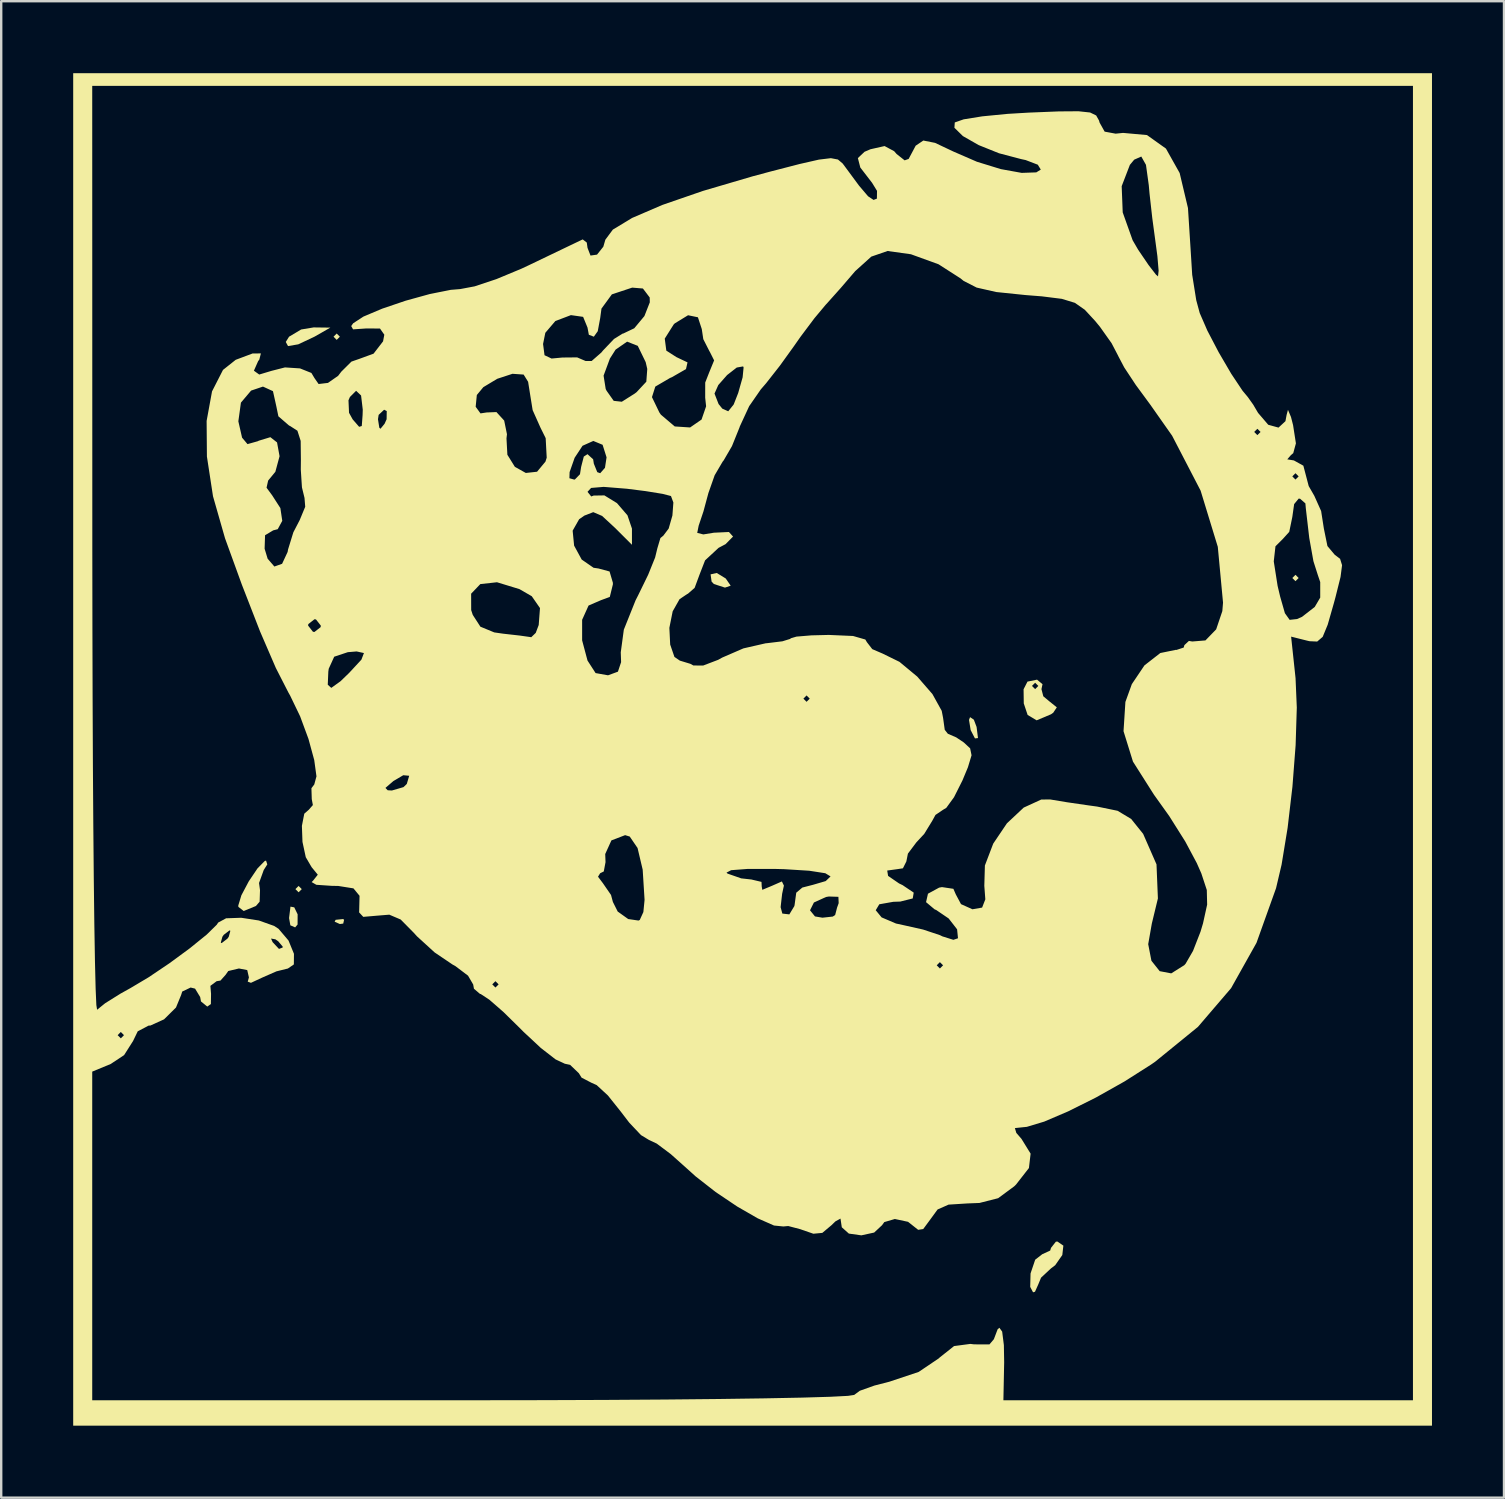
<source format=kicad_pcb>
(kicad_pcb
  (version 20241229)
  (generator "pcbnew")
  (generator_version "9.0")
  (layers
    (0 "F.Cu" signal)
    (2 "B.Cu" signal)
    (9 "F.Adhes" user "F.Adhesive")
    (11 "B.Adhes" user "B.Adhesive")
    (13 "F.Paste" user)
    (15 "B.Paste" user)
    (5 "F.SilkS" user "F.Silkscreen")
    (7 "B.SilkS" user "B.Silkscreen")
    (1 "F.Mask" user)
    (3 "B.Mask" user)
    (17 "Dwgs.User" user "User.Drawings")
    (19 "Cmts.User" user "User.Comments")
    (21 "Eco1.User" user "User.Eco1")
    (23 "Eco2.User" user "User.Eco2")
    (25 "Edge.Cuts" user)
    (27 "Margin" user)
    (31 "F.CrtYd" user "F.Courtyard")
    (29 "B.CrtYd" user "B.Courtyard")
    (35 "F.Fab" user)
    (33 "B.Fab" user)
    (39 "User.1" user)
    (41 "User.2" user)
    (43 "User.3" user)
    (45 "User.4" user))
  (footprint "Chihuahua"
    (layer "F.Cu")
    (at 28.31 28.046)
    (property "Reference" "Chihuahua" (at 0 0 0) (layer "F.SilkS") (effects (font (size 1.524 1.524) (thickness 0.3))))
    (attr board_only exclude_from_pos_files exclude_from_bom)
    (fp_poly (pts (xy -18.785 5.953) (xy -18.918 6.085) (xy -19.05 5.953) (xy -18.918 5.821)) (stroke (width 0) (type solid)) (fill yes) (layer "F.SilkS"))
    (fp_poly (pts (xy -17.198 -17.066) (xy -17.33 -16.933) (xy -17.462 -17.066) (xy -17.33 -17.198)) (stroke (width 0) (type solid)) (fill yes) (layer "F.SilkS"))
    (fp_poly (pts (xy 22.754 -7.011) (xy 22.622 -6.879) (xy 22.49 -7.011) (xy 22.622 -7.144)) (stroke (width 0) (type solid)) (fill yes) (layer "F.SilkS"))
    (fp_poly (pts (xy -17.022 7.232) (xy -17.058 7.389) (xy -17.198 7.408) (xy -17.416 7.312) (xy -17.374 7.232) (xy -17.06 7.2)) (stroke (width 0) (type solid)) (fill yes) (layer "F.SilkS"))
    (fp_poly (pts (xy -19.098 6.713) (xy -18.958 7.003) (xy -18.96 7.429) (xy -19.062 7.548) (xy -19.261 7.461) (xy -19.315 7.159) (xy -19.256 6.683)) (stroke (width 0) (type solid)) (fill yes) (layer "F.SilkS"))
    (fp_poly (pts (xy 9.22 -1.107) (xy 9.334 -0.804) (xy 9.392 -0.341) (xy 9.266 -0.327) (xy 9.087 -0.673) (xy 9.018 -1.098) (xy 9.062 -1.213)) (stroke (width 0) (type solid)) (fill yes) (layer "F.SilkS"))
    (fp_poly (pts (xy -17.595 -17.444) (xy -18.256 -17.066) (xy -18.931 -16.748) (xy -19.358 -16.675) (xy -19.452 -16.847) (xy -19.315 -17.066) (xy -18.812 -17.366) (xy -18.29 -17.453)) (stroke (width 0) (type solid)) (fill yes) (layer "F.SilkS"))
    (fp_poly (pts (xy -1.124 -6.994) (xy -1.114 -6.984) (xy -0.913 -6.69) (xy -1.137 -6.615) (xy -1.165 -6.615) (xy -1.612 -6.76) (xy -1.708 -6.861) (xy -1.75 -7.163) (xy -1.493 -7.22)) (stroke (width 0) (type solid)) (fill yes) (layer "F.SilkS"))
    (fp_poly (pts (xy -20.222 4.924) (xy -20.37 5.156) (xy -20.566 5.698) (xy -20.526 5.995) (xy -20.541 6.476) (xy -20.695 6.656) (xy -21.205 6.865) (xy -21.427 6.694) (xy -21.431 6.636) (xy -21.302 6.211) (xy -20.995 5.631) (xy -20.63 5.089) (xy -20.329 4.782) (xy -20.274 4.764)) (stroke (width 0) (type solid)) (fill yes) (layer "F.SilkS"))
    (fp_poly (pts (xy 12.95 20.809) (xy 12.906 21.2) (xy 12.61 21.624) (xy 12.435 21.757) (xy 12.02 22.144) (xy 11.906 22.421) (xy 11.768 22.73) (xy 11.687 22.754) (xy 11.568 22.528) (xy 11.582 21.982) (xy 11.585 21.96) (xy 11.776 21.395) (xy 12.069 21.167) (xy 12.401 21.014) (xy 12.435 20.902) (xy 12.637 20.645) (xy 12.7 20.637)) (stroke (width 0) (type solid)) (fill yes) (layer "F.SilkS"))
    (fp_poly (pts (xy 12.081 -2.587) (xy 12.037 -2.379) (xy 12.114 -2.082) (xy 12.364 -1.873) (xy 12.677 -1.622) (xy 12.527 -1.396) (xy 12.435 -1.332) (xy 11.837 -1.08) (xy 11.461 -1.304) (xy 11.3 -1.785) (xy 11.292 -2.375) (xy 11.363 -2.514) (xy 11.642 -2.514) (xy 11.774 -2.381) (xy 11.906 -2.514) (xy 11.774 -2.646) (xy 11.642 -2.514) (xy 11.363 -2.514) (xy 11.455 -2.694) (xy 11.853 -2.775)) (stroke (width 0) (type solid)) (fill yes) (layer "F.SilkS"))
    (fp_poly (pts (xy 28.31 28.31) (xy -28.31 28.31) (xy -28.31 27.252) (xy -27.517 27.252) (xy -11.642 27.252) (xy -8.798 27.248) (xy -6.117 27.238) (xy -3.645 27.222) (xy -1.429 27.2) (xy 0.488 27.173) (xy 2.058 27.142) (xy 3.236 27.107) (xy 3.976 27.069) (xy 4.233 27.03) (xy 4.233 27.03) (xy 4.469 26.856) (xy 5.078 26.639) (xy 5.697 26.48) (xy 6.921 26.071) (xy 7.763 25.503) (xy 7.787 25.477) (xy 8.395 24.994) (xy 9.073 24.904) (xy 9.233 24.923) (xy 9.871 24.924) (xy 10.054 24.708) (xy 10.211 24.294) (xy 10.284 24.231) (xy 10.4 24.392) (xy 10.471 24.954) (xy 10.483 25.67) (xy 10.451 27.252) (xy 18.984 27.252) (xy 27.517 27.252) (xy 27.517 -27.517) (xy -27.517 -27.517) (xy -27.513 -8.136) (xy -27.509 -4.994) (xy -27.501 -2.017) (xy -27.489 0.754) (xy -27.472 3.279) (xy -27.452 5.516) (xy -27.429 7.427) (xy -27.403 8.968) (xy -27.375 10.101) (xy -27.345 10.785) (xy -27.314 10.98) (xy -26.981 10.71) (xy -26.349 10.314) (xy -25.929 10.08) (xy -25.163 9.624) (xy -24.292 9.037) (xy -23.444 8.413) (xy -23.163 8.185) (xy -22.16 8.185) (xy -22.124 8.202) (xy -21.882 8.016) (xy -21.881 8.013) (xy -20.066 8.013) (xy -20.001 8.161) (xy -19.735 8.445) (xy -19.582 8.387) (xy -19.579 8.35) (xy -19.767 8.126) (xy -19.885 8.045) (xy -20.066 8.013) (xy -21.881 8.013) (xy -21.828 7.938) (xy -21.761 7.69) (xy -21.797 7.673) (xy -22.038 7.859) (xy -22.093 7.938) (xy -22.16 8.185) (xy -23.163 8.185) (xy -22.747 7.848) (xy -22.327 7.436) (xy -22.269 7.347) (xy -21.939 7.169) (xy -21.307 7.147) (xy -20.574 7.26) (xy -19.937 7.487) (xy -19.753 7.607) (xy -19.337 8.097) (xy -19.111 8.648) (xy -19.115 9.091) (xy -19.364 9.262) (xy -19.838 9.379) (xy -20.421 9.634) (xy -20.903 9.858) (xy -21.037 9.809) (xy -20.988 9.632) (xy -21.058 9.327) (xy -21.403 9.26) (xy -21.848 9.366) (xy -21.96 9.525) (xy -22.173 9.764) (xy -22.333 9.79) (xy -22.593 9.984) (xy -22.566 10.319) (xy -22.572 10.743) (xy -22.723 10.848) (xy -22.985 10.634) (xy -23.019 10.451) (xy -23.231 10.1) (xy -23.416 10.054) (xy -23.767 10.221) (xy -23.812 10.364) (xy -24.027 10.887) (xy -24.524 11.379) (xy -25.09 11.636) (xy -25.171 11.642) (xy -25.621 11.879) (xy -25.815 12.281) (xy -26.189 12.87) (xy -26.746 13.239) (xy -27.517 13.558) (xy -27.517 27.252) (xy -28.31 27.252) (xy -28.31 12.039) (xy -26.458 12.039) (xy -26.326 12.171) (xy -26.194 12.039) (xy -26.326 11.906) (xy -26.458 12.039) (xy -28.31 12.039) (xy -28.31 -28.046) (xy 28.31 -28.046)) (stroke (width 0) (type solid)) (fill yes) (layer "F.SilkS"))
    (fp_poly (pts (xy 14.065 -26.408) (xy 14.317 -26.285) (xy 14.434 -26.077) (xy 14.461 -25.985) (xy 14.67 -25.611) (xy 15.129 -25.526) (xy 15.437 -25.558) (xy 16.434 -25.468) (xy 17.224 -24.905) (xy 17.796 -23.886) (xy 18.142 -22.428) (xy 18.25 -20.737) (xy 18.318 -19.647) (xy 18.487 -18.587) (xy 18.632 -18.051) (xy 18.95 -17.319) (xy 19.423 -16.415) (xy 19.946 -15.52) (xy 20.416 -14.815) (xy 20.635 -14.552) (xy 20.859 -14.237) (xy 21.063 -13.891) (xy 21.487 -13.396) (xy 21.915 -13.278) (xy 22.204 -13.546) (xy 22.252 -13.805) (xy 22.309 -14.019) (xy 22.435 -13.72) (xy 22.522 -13.381) (xy 22.64 -12.621) (xy 22.529 -12.214) (xy 22.429 -12.128) (xy 22.28 -11.955) (xy 22.556 -11.91) (xy 22.95 -11.691) (xy 23.019 -11.428) (xy 23.173 -10.842) (xy 23.407 -10.435) (xy 23.691 -9.801) (xy 23.804 -9.075) (xy 23.953 -8.343) (xy 24.257 -7.98) (xy 24.481 -7.81) (xy 24.563 -7.545) (xy 24.5 -7.056) (xy 24.29 -6.215) (xy 24.228 -5.985) (xy 23.965 -5.066) (xy 23.756 -4.559) (xy 23.527 -4.363) (xy 23.207 -4.377) (xy 23.097 -4.403) (xy 22.44 -4.568) (xy 22.625 -2.837) (xy 22.677 -1.611) (xy 22.628 -0.046) (xy 22.495 1.684) (xy 22.294 3.402) (xy 22.043 4.933) (xy 21.812 5.915) (xy 20.997 8.192) (xy 19.939 10.08) (xy 18.557 11.694) (xy 16.769 13.15) (xy 16.596 13.269) (xy 15.5 13.966) (xy 14.312 14.634) (xy 13.155 15.212) (xy 12.152 15.641) (xy 11.428 15.859) (xy 11.27 15.875) (xy 10.93 15.911) (xy 10.989 16.111) (xy 11.204 16.359) (xy 11.585 16.976) (xy 11.515 17.575) (xy 10.978 18.263) (xy 10.9 18.339) (xy 10.231 18.833) (xy 9.452 19.031) (xy 8.96 19.05) (xy 8.167 19.1) (xy 7.708 19.303) (xy 7.406 19.717) (xy 7.11 20.118) (xy 6.899 20.15) (xy 6.898 20.149) (xy 6.477 19.816) (xy 5.928 19.699) (xy 5.488 19.828) (xy 5.394 19.958) (xy 5.066 20.264) (xy 4.533 20.38) (xy 4.011 20.307) (xy 3.717 20.044) (xy 3.704 19.957) (xy 3.663 19.682) (xy 3.451 19.799) (xy 3.288 19.957) (xy 2.905 20.278) (xy 2.532 20.313) (xy 1.984 20.123) (xy 1.486 19.992) (xy 1.28 20.01) (xy 0.893 19.971) (xy 0.213 19.671) (xy -0.638 19.181) (xy -1.541 18.574) (xy -2.378 17.92) (xy -2.717 17.614) (xy -3.412 16.993) (xy -3.994 16.557) (xy -4.319 16.404) (xy -4.65 16.203) (xy -5.139 15.685) (xy -5.5 15.214) (xy -6.029 14.552) (xy -6.497 14.12) (xy -6.713 14.023) (xy -7.126 13.809) (xy -7.239 13.626) (xy -7.604 13.276) (xy -7.825 13.229) (xy -8.209 13.049) (xy -8.824 12.572) (xy -9.549 11.896) (xy -9.669 11.774) (xy -10.377 11.078) (xy -10.967 10.563) (xy -11.328 10.325) (xy -11.36 10.319) (xy -11.611 10.105) (xy -11.642 9.929) (xy -11.646 9.922) (xy -10.848 9.922) (xy -10.716 10.054) (xy -10.583 9.922) (xy -10.716 9.79) (xy -10.848 9.922) (xy -11.646 9.922) (xy -11.857 9.56) (xy -12.387 9.159) (xy -12.443 9.128) (xy 7.673 9.128) (xy 7.805 9.26) (xy 7.938 9.128) (xy 7.805 8.996) (xy 7.673 9.128) (xy -12.443 9.128) (xy -12.502 9.096) (xy -13.246 8.594) (xy -13.986 7.919) (xy -14.113 7.778) (xy -14.664 7.22) (xy -15.138 7.018) (xy -15.654 7.06) (xy -16.223 7.109) (xy -16.397 6.921) (xy -16.393 6.85) (xy -16.378 6.231) (xy -16.632 5.922) (xy -17.266 5.821) (xy -17.529 5.817) (xy -18.178 5.773) (xy -18.374 5.66) (xy -18.31 5.595) (xy -18.184 5.436) (xy -6.441 5.436) (xy -6.237 5.707) (xy -5.899 6.197) (xy -5.821 6.488) (xy -5.621 6.887) (xy -5.183 7.2) (xy -4.753 7.263) (xy -4.702 7.239) (xy -4.551 6.908) (xy -4.501 6.401) (xy -4.572 5.266) (xy -1.087 5.266) (xy -1.044 5.306) (xy -0.475 5.505) (xy -0.051 5.552) (xy 0.371 5.652) (xy 0.381 5.847) (xy 0.405 5.983) (xy 0.798 5.819) (xy 1.221 5.633) (xy 1.305 5.807) (xy 1.231 6.15) (xy 1.168 6.705) (xy 1.24 6.972) (xy 1.531 7.006) (xy 1.634 6.836) (xy 2.393 6.836) (xy 2.6 7.091) (xy 2.91 7.144) (xy 3.341 7.097) (xy 3.44 7.033) (xy 3.521 6.721) (xy 3.587 6.538) (xy 3.576 6.274) (xy 3.177 6.261) (xy 3.058 6.282) (xy 2.555 6.511) (xy 2.393 6.836) (xy 1.634 6.836) (xy 1.741 6.658) (xy 1.753 6.593) (xy 1.819 6.103) (xy 2.073 5.888) (xy 2.522 5.772) (xy 3.047 5.618) (xy 3.249 5.424) (xy 3.03 5.291) (xy 2.36 5.187) (xy 1.318 5.122) (xy 0.941 5.112) (xy -0.209 5.112) (xy -0.894 5.164) (xy -1.087 5.266) (xy -4.572 5.266) (xy -4.58 5.142) (xy -4.793 4.241) (xy -5.119 3.763) (xy -5.311 3.704) (xy -5.883 3.923) (xy -6.141 4.491) (xy -6.128 4.829) (xy -6.201 5.217) (xy -6.352 5.292) (xy -6.441 5.436) (xy -18.184 5.436) (xy -18.118 5.352) (xy -18.376 5.037) (xy -18.619 4.622) (xy -18.756 3.985) (xy -18.78 3.318) (xy -18.681 2.811) (xy -18.493 2.646) (xy -18.323 2.451) (xy -18.369 2.204) (xy -18.383 1.749) (xy -18.374 1.736) (xy -15.299 1.736) (xy -15.205 1.834) (xy -15.031 1.844) (xy -14.546 1.703) (xy -14.409 1.57) (xy -14.309 1.23) (xy -14.556 1.207) (xy -14.968 1.45) (xy -15.299 1.736) (xy -18.374 1.736) (xy -18.265 1.593) (xy -18.173 1.254) (xy -18.266 0.575) (xy -18.506 -0.305) (xy -18.854 -1.247) (xy -19.209 -1.984) (xy 2.117 -1.984) (xy 2.249 -1.852) (xy 2.381 -1.984) (xy 2.249 -2.117) (xy 2.117 -1.984) (xy -19.209 -1.984) (xy -19.271 -2.113) (xy -19.333 -2.221) (xy -19.509 -2.564) (xy -17.702 -2.564) (xy -17.556 -2.432) (xy -17.171 -2.709) (xy -16.813 -3.055) (xy -16.301 -3.608) (xy -16.195 -3.884) (xy -16.5 -3.951) (xy -16.867 -3.92) (xy -17.434 -3.731) (xy -17.662 -3.23) (xy -17.679 -3.109) (xy -17.702 -2.564) (xy -19.509 -2.564) (xy -19.867 -3.265) (xy -20.522 -4.781) (xy -20.618 -5.027) (xy -18.521 -5.027) (xy -18.319 -4.77) (xy -18.256 -4.763) (xy -17.999 -4.964) (xy -17.992 -5.027) (xy -18.193 -5.284) (xy -18.256 -5.292) (xy -18.513 -5.09) (xy -18.521 -5.027) (xy -20.618 -5.027) (xy -21.135 -6.357) (xy -11.728 -6.357) (xy -11.726 -5.673) (xy -11.66 -5.473) (xy -11.342 -4.982) (xy -10.765 -4.744) (xy -10.398 -4.691) (xy -9.706 -4.613) (xy -9.267 -4.551) (xy -9.225 -4.542) (xy -9.036 -4.724) (xy -8.912 -5.053) (xy -8.859 -5.758) (xy -9.202 -6.252) (xy -9.715 -6.548) (xy -10.651 -6.834) (xy -11.346 -6.757) (xy -11.728 -6.357) (xy -21.135 -6.357) (xy -21.28 -6.729) (xy -21.983 -8.665) (xy -22.484 -10.416) (xy -22.738 -12.073) (xy -22.75 -13.54) (xy -21.428 -13.54) (xy -21.273 -12.859) (xy -21.047 -12.59) (xy -20.619 -12.71) (xy -20.577 -12.732) (xy -20.094 -12.879) (xy -19.816 -12.661) (xy -19.711 -12.086) (xy -19.886 -11.436) (xy -20.187 -11.07) (xy -20.253 -10.773) (xy -20.019 -10.456) (xy -19.677 -9.924) (xy -19.598 -9.393) (xy -19.787 -9.045) (xy -19.976 -8.996) (xy -20.315 -8.793) (xy -20.334 -8.232) (xy -20.208 -7.816) (xy -19.927 -7.489) (xy -19.605 -7.603) (xy -19.375 -8.097) (xy -19.356 -8.203) (xy -19.136 -8.916) (xy -19.101 -8.983) (xy -7.498 -8.983) (xy -7.437 -8.36) (xy -7.121 -7.78) (xy -6.626 -7.437) (xy -6.424 -7.408) (xy -5.96 -7.283) (xy -5.822 -6.815) (xy -5.821 -6.747) (xy -5.95 -6.222) (xy -6.322 -6.085) (xy -6.835 -5.863) (xy -7.103 -5.269) (xy -7.103 -4.412) (xy -6.879 -3.571) (xy -6.542 -3.049) (xy -6.026 -2.957) (xy -6.019 -2.958) (xy -5.611 -3.108) (xy -5.479 -3.505) (xy -5.493 -3.914) (xy -5.365 -4.86) (xy -5.335 -4.934) (xy -3.468 -4.934) (xy -3.434 -4.238) (xy -3.257 -3.723) (xy -3.031 -3.568) (xy -2.59 -3.434) (xy -2.468 -3.366) (xy -2.06 -3.363) (xy -1.436 -3.601) (xy -1.262 -3.697) (xy -0.383 -4.078) (xy 0.544 -4.29) (xy 0.61 -4.296) (xy 1.242 -4.373) (xy 1.573 -4.475) (xy 1.587 -4.498) (xy 1.828 -4.569) (xy 2.454 -4.621) (xy 3.175 -4.639) (xy 4.186 -4.595) (xy 4.698 -4.448) (xy 4.763 -4.337) (xy 4.987 -4.047) (xy 5.419 -3.861) (xy 6.121 -3.517) (xy 6.86 -2.904) (xy 7.494 -2.174) (xy 7.881 -1.476) (xy 7.938 -1.182) (xy 8.007 -0.685) (xy 8.136 -0.521) (xy 8.485 -0.37) (xy 8.802 -0.157) (xy 9.065 0.087) (xy 9.124 0.376) (xy 8.974 0.873) (xy 8.746 1.422) (xy 8.393 2.124) (xy 8.072 2.566) (xy 7.939 2.646) (xy 7.621 2.861) (xy 7.485 3.109) (xy 7.152 3.652) (xy 6.822 4.008) (xy 6.472 4.474) (xy 6.407 4.801) (xy 6.264 5.086) (xy 6.019 5.123) (xy 5.61 5.179) (xy 5.646 5.402) (xy 6.103 5.716) (xy 6.252 5.788) (xy 6.714 6.099) (xy 6.673 6.342) (xy 6.154 6.472) (xy 5.863 6.482) (xy 5.28 6.585) (xy 5.131 6.833) (xy 5.376 7.131) (xy 5.976 7.387) (xy 6.272 7.451) (xy 7.106 7.638) (xy 7.791 7.866) (xy 7.909 7.922) (xy 8.367 8.066) (xy 8.559 8.001) (xy 8.522 7.629) (xy 8.17 7.176) (xy 7.649 6.822) (xy 7.585 6.796) (xy 7.228 6.496) (xy 7.308 6.144) (xy 7.773 5.891) (xy 7.892 5.869) (xy 8.367 5.94) (xy 8.467 6.171) (xy 8.685 6.579) (xy 9.161 6.793) (xy 9.564 6.723) (xy 9.698 6.379) (xy 9.656 5.815) (xy 9.68 4.968) (xy 10.027 4.058) (xy 10.598 3.211) (xy 11.297 2.556) (xy 12.027 2.221) (xy 12.394 2.216) (xy 13.093 2.332) (xy 14.012 2.466) (xy 14.355 2.513) (xy 15.209 2.689) (xy 15.774 3.028) (xy 16.274 3.65) (xy 16.831 4.922) (xy 16.889 6.342) (xy 16.636 7.389) (xy 16.485 8.247) (xy 16.619 8.938) (xy 16.964 9.372) (xy 17.445 9.464) (xy 17.988 9.123) (xy 18.043 9.062) (xy 18.352 8.529) (xy 18.664 7.729) (xy 18.769 7.38) (xy 18.941 6.599) (xy 18.927 5.991) (xy 18.699 5.298) (xy 18.508 4.866) (xy 18.029 3.969) (xy 17.362 2.91) (xy 16.726 2.02) (xy 15.85 0.64) (xy 15.457 -0.627) (xy 15.535 -1.847) (xy 15.803 -2.589) (xy 16.329 -3.37) (xy 16.99 -3.885) (xy 17.635 -4.017) (xy 17.661 -4.013) (xy 17.964 -4.113) (xy 17.992 -4.213) (xy 18.181 -4.389) (xy 18.322 -4.365) (xy 18.87 -4.41) (xy 19.317 -4.871) (xy 19.574 -5.632) (xy 19.603 -5.985) (xy 19.442 -7.704) (xy 21.717 -7.704) (xy 21.877 -6.684) (xy 21.983 -6.238) (xy 22.181 -5.545) (xy 22.379 -5.267) (xy 22.688 -5.301) (xy 22.895 -5.393) (xy 23.424 -5.804) (xy 23.653 -6.194) (xy 23.653 -6.841) (xy 23.553 -7.135) (xy 23.37 -7.71) (xy 23.196 -8.681) (xy 23.053 -9.912) (xy 23.035 -10.12) (xy 22.814 -10.314) (xy 22.754 -10.319) (xy 22.566 -10.09) (xy 22.49 -9.553) (xy 22.362 -8.933) (xy 22.093 -8.636) (xy 21.788 -8.332) (xy 21.717 -7.704) (xy 19.442 -7.704) (xy 19.385 -8.31) (xy 18.669 -10.651) (xy 18.361 -11.245) (xy 22.49 -11.245) (xy 22.622 -11.113) (xy 22.754 -11.245) (xy 22.622 -11.377) (xy 22.49 -11.245) (xy 18.361 -11.245) (xy 17.481 -12.941) (xy 17.371 -13.097) (xy 20.902 -13.097) (xy 21.034 -12.965) (xy 21.167 -13.097) (xy 21.034 -13.229) (xy 20.902 -13.097) (xy 17.371 -13.097) (xy 16.575 -14.23) (xy 15.967 -15.057) (xy 15.486 -15.786) (xy 15.235 -16.263) (xy 15.232 -16.272) (xy 14.959 -16.795) (xy 14.475 -17.477) (xy 14.273 -17.723) (xy 13.843 -18.188) (xy 13.432 -18.476) (xy 12.887 -18.643) (xy 12.056 -18.747) (xy 11.373 -18.801) (xy 10.154 -18.927) (xy 9.336 -19.113) (xy 8.792 -19.392) (xy 8.666 -19.495) (xy 7.748 -20.084) (xy 6.599 -20.501) (xy 5.625 -20.637) (xy 4.947 -20.403) (xy 4.276 -19.798) (xy 3.676 -19.099) (xy 3.116 -18.472) (xy 3.043 -18.393) (xy 2.579 -17.838) (xy 2.002 -17.069) (xy 1.72 -16.667) (xy 1.137 -15.857) (xy 0.564 -15.127) (xy 0.343 -14.871) (xy -0.142 -14.171) (xy -0.531 -13.329) (xy -0.551 -13.27) (xy -0.859 -12.507) (xy -1.205 -11.912) (xy -1.248 -11.859) (xy -1.581 -11.291) (xy -1.844 -10.543) (xy -1.845 -10.537) (xy -2.048 -9.785) (xy -2.244 -9.2) (xy -2.246 -9.195) (xy -2.307 -8.891) (xy -2.052 -8.827) (xy -1.615 -8.898) (xy -0.986 -8.928) (xy -0.814 -8.738) (xy -1.127 -8.421) (xy -1.418 -8.267) (xy -1.98 -7.746) (xy -2.205 -7.167) (xy -2.415 -6.6) (xy -2.7 -6.351) (xy -2.714 -6.35) (xy -3.044 -6.128) (xy -3.33 -5.622) (xy -3.468 -4.934) (xy -5.335 -4.934) (xy -4.877 -6.078) (xy -4.766 -6.296) (xy -4.35 -7.15) (xy -4.061 -7.867) (xy -3.969 -8.246) (xy -3.841 -8.676) (xy -3.72 -8.775) (xy -3.497 -9.071) (xy -3.341 -9.616) (xy -3.301 -10.157) (xy -3.401 -10.427) (xy -3.746 -10.516) (xy -4.454 -10.631) (xy -5.235 -10.73) (xy -6.204 -10.808) (xy -6.729 -10.764) (xy -6.879 -10.602) (xy -6.724 -10.409) (xy -6.622 -10.446) (xy -6.175 -10.453) (xy -5.651 -10.131) (xy -5.214 -9.623) (xy -5.027 -9.07) (xy -5.027 -9.062) (xy -5.027 -8.395) (xy -5.725 -9.092) (xy -6.27 -9.597) (xy -6.639 -9.755) (xy -7.012 -9.61) (xy -7.228 -9.459) (xy -7.498 -8.983) (xy -19.101 -8.983) (xy -18.87 -9.428) (xy -18.642 -9.979) (xy -18.671 -10.347) (xy -18.778 -10.786) (xy -18.803 -11.168) (xy -7.633 -11.168) (xy -7.437 -11.113) (xy -7.408 -11.113) (xy -7.193 -11.334) (xy -7.144 -11.642) (xy -7.033 -12.072) (xy -6.879 -12.171) (xy -6.644 -11.957) (xy -6.615 -11.774) (xy -6.472 -11.422) (xy -6.35 -11.377) (xy -6.151 -11.604) (xy -6.085 -12.039) (xy -6.25 -12.562) (xy -6.637 -12.722) (xy -7.086 -12.521) (xy -7.415 -12.021) (xy -7.625 -11.423) (xy -7.633 -11.168) (xy -18.803 -11.168) (xy -18.826 -11.532) (xy -18.822 -11.927) (xy -18.831 -12.724) (xy -18.967 -13.148) (xy -19.282 -13.351) (xy -19.31 -13.36) (xy -19.76 -13.749) (xy -19.844 -14.157) (xy -19.901 -14.416) (xy -16.839 -14.416) (xy -16.816 -13.895) (xy -16.666 -13.623) (xy -16.395 -13.311) (xy -16.285 -13.344) (xy -16.264 -13.626) (xy -15.61 -13.626) (xy -15.554 -13.273) (xy -15.506 -13.229) (xy -15.336 -13.436) (xy -15.25 -13.626) (xy -15.245 -13.967) (xy -15.354 -14.023) (xy -15.582 -13.808) (xy -15.61 -13.626) (xy -16.264 -13.626) (xy -16.251 -13.801) (xy -16.244 -14.024) (xy -16.258 -14.146) (xy -11.539 -14.146) (xy -11.338 -13.87) (xy -11.083 -13.909) (xy -10.674 -13.925) (xy -10.351 -13.571) (xy -10.235 -13.002) (xy -10.255 -12.829) (xy -10.218 -12.146) (xy -9.906 -11.644) (xy -9.45 -11.388) (xy -8.981 -11.439) (xy -8.631 -11.861) (xy -8.579 -12.024) (xy -8.622 -12.838) (xy -8.838 -13.274) (xy -9.165 -14.006) (xy -9.26 -14.595) (xy -9.354 -15.188) (xy -9.513 -15.443) (xy -6.209 -15.443) (xy -6.121 -14.888) (xy -6.084 -14.814) (xy -5.787 -14.393) (xy -5.449 -14.356) (xy -5.145 -14.548) (xy -4.193 -14.548) (xy -3.886 -13.911) (xy -3.821 -13.817) (xy -3.243 -13.326) (xy -2.604 -13.284) (xy -2.127 -13.613) (xy -1.937 -14.165) (xy -1.975 -14.523) (xy -1.975 -14.696) (xy -1.587 -14.696) (xy -1.417 -14.26) (xy -1.263 -14.069) (xy -1.015 -13.958) (xy -0.788 -14.241) (xy -0.6 -14.72) (xy -0.415 -15.373) (xy -0.375 -15.784) (xy -0.394 -15.828) (xy -0.66 -15.781) (xy -1.063 -15.467) (xy -1.429 -15.051) (xy -1.587 -14.696) (xy -1.975 -14.696) (xy -1.974 -15.156) (xy -1.805 -15.587) (xy -1.603 -16.079) (xy -1.787 -16.445) (xy -1.793 -16.45) (xy -2.054 -16.963) (xy -2.117 -17.383) (xy -2.278 -17.875) (xy -2.689 -17.96) (xy -3.244 -17.62) (xy -3.288 -17.576) (xy -3.66 -16.986) (xy -3.595 -16.486) (xy -3.175 -16.216) (xy -2.712 -15.996) (xy -2.775 -15.716) (xy -3.362 -15.379) (xy -3.44 -15.346) (xy -4.054 -14.987) (xy -4.193 -14.548) (xy -5.145 -14.548) (xy -4.91 -14.697) (xy -4.833 -14.756) (xy -4.428 -15.191) (xy -4.389 -15.722) (xy -4.455 -16.007) (xy -4.785 -16.685) (xy -5.229 -16.86) (xy -5.709 -16.527) (xy -5.946 -16.154) (xy -6.209 -15.443) (xy -9.513 -15.443) (xy -9.541 -15.488) (xy -10.005 -15.52) (xy -10.642 -15.311) (xy -11.22 -14.963) (xy -11.491 -14.636) (xy -11.539 -14.146) (xy -16.258 -14.146) (xy -16.314 -14.616) (xy -16.521 -14.812) (xy -16.779 -14.554) (xy -16.839 -14.416) (xy -19.901 -14.416) (xy -19.986 -14.797) (xy -20.402 -14.987) (xy -20.897 -14.82) (xy -21.321 -14.318) (xy -21.428 -13.54) (xy -22.75 -13.54) (xy -22.75 -13.557) (xy -22.525 -14.787) (xy -22.068 -15.682) (xy -21.538 -16.103) (xy -20.832 -16.368) (xy -20.489 -16.369) (xy -20.555 -16.11) (xy -20.603 -16.049) (xy -20.78 -15.649) (xy -20.558 -15.489) (xy -20.049 -15.642) (xy -19.485 -15.786) (xy -18.859 -15.745) (xy -18.384 -15.555) (xy -18.256 -15.341) (xy -18.084 -15.094) (xy -17.693 -15.141) (xy -17.27 -15.436) (xy -17.137 -15.61) (xy -16.716 -16.028) (xy -16.393 -16.14) (xy -15.794 -16.359) (xy -15.483 -16.762) (xy -8.731 -16.762) (xy -8.67 -16.294) (xy -8.376 -16.156) (xy -7.926 -16.198) (xy -7.311 -16.204) (xy -6.958 -16.053) (xy -6.957 -16.052) (xy -6.707 -16.053) (xy -6.304 -16.405) (xy -6.231 -16.493) (xy -5.774 -16.972) (xy -5.413 -17.196) (xy -5.389 -17.198) (xy -4.931 -17.417) (xy -4.508 -17.925) (xy -4.283 -18.498) (xy -4.287 -18.7) (xy -4.57 -19.074) (xy -5.017 -19.111) (xy -5.864 -18.83) (xy -6.297 -18.237) (xy -6.35 -17.843) (xy -6.452 -17.295) (xy -6.615 -17.066) (xy -6.823 -17.147) (xy -6.879 -17.447) (xy -7.062 -17.893) (xy -7.57 -17.965) (xy -8.219 -17.718) (xy -8.637 -17.228) (xy -8.731 -16.762) (xy -15.483 -16.762) (xy -15.398 -16.872) (xy -15.346 -17.149) (xy -15.526 -17.406) (xy -16.112 -17.41) (xy -16.133 -17.407) (xy -16.648 -17.372) (xy -16.725 -17.509) (xy -16.644 -17.625) (xy -16.216 -17.904) (xy -15.432 -18.235) (xy -14.456 -18.566) (xy -13.45 -18.844) (xy -12.579 -19.018) (xy -12.187 -19.05) (xy -11.581 -19.164) (xy -10.674 -19.466) (xy -9.636 -19.898) (xy -9.332 -20.04) (xy -8.378 -20.498) (xy -7.609 -20.867) (xy -7.147 -21.088) (xy -7.078 -21.12) (xy -6.909 -20.988) (xy -6.879 -20.77) (xy -6.754 -20.447) (xy -6.482 -20.486) (xy -6.22 -20.816) (xy -6.135 -21.108) (xy -5.823 -21.528) (xy -5.019 -22.015) (xy -3.758 -22.557) (xy -2.07 -23.14) (xy 0.013 -23.752) (xy 0.748 -23.949) (xy 1.96 -24.262) (xy 2.764 -24.445) (xy 3.262 -24.505) (xy 3.557 -24.449) (xy 3.75 -24.286) (xy 3.835 -24.173) (xy 4.434 -23.362) (xy 4.812 -22.917) (xy 5.041 -22.765) (xy 5.18 -22.819) (xy 5.185 -23.143) (xy 5.065 -23.338) (xy 15.38 -23.338) (xy 15.423 -22.245) (xy 15.836 -21.086) (xy 16.066 -20.69) (xy 16.499 -20.054) (xy 16.809 -19.652) (xy 16.894 -19.579) (xy 16.919 -19.815) (xy 16.868 -20.421) (xy 16.795 -20.968) (xy 16.655 -22.007) (xy 16.541 -23.023) (xy 16.509 -23.381) (xy 16.392 -24.227) (xy 16.197 -24.573) (xy 15.901 -24.442) (xy 15.721 -24.225) (xy 15.38 -23.338) (xy 5.065 -23.338) (xy 4.978 -23.48) (xy 4.489 -24.115) (xy 4.387 -24.508) (xy 4.664 -24.771) (xy 4.912 -24.877) (xy 5.5 -25.01) (xy 5.899 -24.796) (xy 6.002 -24.678) (xy 6.336 -24.414) (xy 6.503 -24.474) (xy 6.796 -25.025) (xy 7.114 -25.24) (xy 7.603 -25.143) (xy 8.364 -24.783) (xy 9.35 -24.355) (xy 10.345 -24.049) (xy 11.213 -23.892) (xy 11.821 -23.913) (xy 12.009 -24.029) (xy 11.884 -24.233) (xy 11.38 -24.426) (xy 11.189 -24.467) (xy 10.267 -24.71) (xy 9.421 -25.05) (xy 8.764 -25.425) (xy 8.41 -25.772) (xy 8.425 -25.994) (xy 8.795 -26.123) (xy 9.57 -26.248) (xy 10.626 -26.351) (xy 11.515 -26.404) (xy 12.762 -26.454) (xy 13.579 -26.46)) (stroke (width 0) (type solid)) (fill yes) (layer "F.SilkS")))
  (gr_rect
    (start -3 -3)
    (end 59.621 59.356)
    (stroke (width 0.1) (type default))
    (fill no)
    (layer "Edge.Cuts")))
</source>
